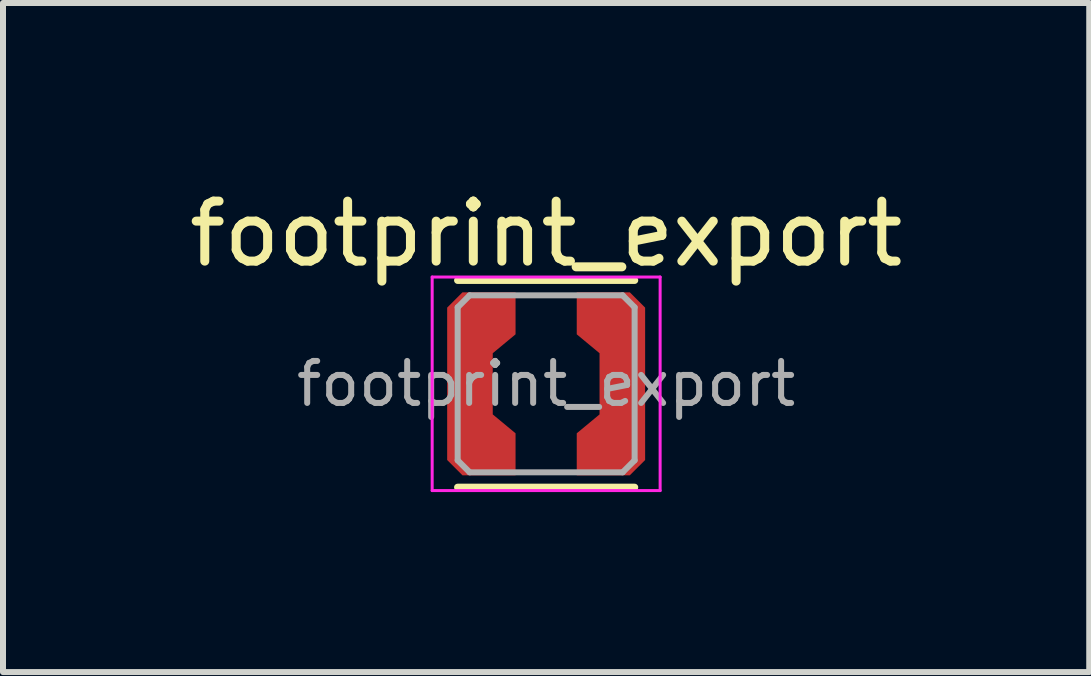
<source format=kicad_pcb>
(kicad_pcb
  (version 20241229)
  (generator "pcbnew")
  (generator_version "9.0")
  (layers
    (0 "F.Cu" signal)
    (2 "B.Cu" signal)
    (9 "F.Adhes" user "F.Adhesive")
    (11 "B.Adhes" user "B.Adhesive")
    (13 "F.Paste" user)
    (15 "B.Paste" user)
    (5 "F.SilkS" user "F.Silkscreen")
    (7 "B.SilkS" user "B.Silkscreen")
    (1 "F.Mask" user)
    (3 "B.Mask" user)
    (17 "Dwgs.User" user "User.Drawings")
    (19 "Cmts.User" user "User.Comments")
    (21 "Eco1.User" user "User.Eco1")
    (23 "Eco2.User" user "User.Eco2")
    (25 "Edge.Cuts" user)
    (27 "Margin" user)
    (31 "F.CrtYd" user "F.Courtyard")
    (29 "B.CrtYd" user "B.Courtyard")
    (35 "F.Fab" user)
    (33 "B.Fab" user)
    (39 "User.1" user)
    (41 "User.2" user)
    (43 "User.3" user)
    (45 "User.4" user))
  (footprint "footprint_export"
    (layer "F.Cu")
    (at 6.054 3.348)
    (property "Reference" "footprint_export" (at 0 -2.5 0) (layer "F.SilkS") (effects (font (size 1 1) (thickness 0.15))))
    (attr smd)
    (fp_line (start -1.475 -1.725) (end 1.475 -1.725) (stroke (width 0.12) (type solid)) (layer "F.SilkS"))
    (fp_line (start -1.475 1.725) (end 1.475 1.725) (stroke (width 0.12) (type solid)) (layer "F.SilkS"))
    (fp_line (start -1.9 -1.78) (end 1.9 -1.78) (stroke (width 0.05) (type solid)) (layer "F.CrtYd"))
    (fp_line (start -1.9 1.78) (end -1.9 -1.78) (stroke (width 0.05) (type solid)) (layer "F.CrtYd"))
    (fp_line (start 1.9 -1.78) (end 1.9 1.78) (stroke (width 0.05) (type solid)) (layer "F.CrtYd"))
    (fp_line (start 1.9 1.78) (end -1.9 1.78) (stroke (width 0.05) (type solid)) (layer "F.CrtYd"))
    (fp_line (start -1.475 -1.275) (end -1.275 -1.475) (stroke (width 0.1) (type solid)) (layer "F.Fab"))
    (fp_line (start -1.475 1.275) (end -1.475 -1.275) (stroke (width 0.1) (type solid)) (layer "F.Fab"))
    (fp_line (start -1.475 1.275) (end -1.275 1.475) (stroke (width 0.1) (type solid)) (layer "F.Fab"))
    (fp_line (start -1.275 -1.475) (end 1.275 -1.475) (stroke (width 0.1) (type solid)) (layer "F.Fab"))
    (fp_line (start 1.275 -1.475) (end 1.475 -1.275) (stroke (width 0.1) (type solid)) (layer "F.Fab"))
    (fp_line (start 1.275 1.475) (end -1.275 1.475) (stroke (width 0.1) (type solid)) (layer "F.Fab"))
    (fp_line (start 1.475 -1.275) (end 1.475 1.275) (stroke (width 0.1) (type solid)) (layer "F.Fab"))
    (fp_line (start 1.475 1.275) (end 1.275 1.475) (stroke (width 0.1) (type solid)) (layer "F.Fab"))
    (fp_text user "${REFERENCE}" (at 0 0 0) (layer "F.Fab") (effects (font (size 0.7 0.7) (thickness 0.1))))
    (pad "1" smd custom (at -1.27 0) (size 0.76 2.54) (layers "F.Cu" "F.Mask" "F.Paste") (options (anchor rect)) (primitives (gr_poly (pts (xy 0.76 -0.825) (xy 0.38 -0.51) (xy 0.38 0.51) (xy 0.76 0.825) (xy 0.76 1.525) (xy -0.125 1.525) (xy -0.38 1.27) (xy -0.38 -1.27) (xy -0.125 -1.525) (xy 0.76 -1.525)) (width 0) (fill yes))))
    (pad "2" smd custom (at 1.27 0 180) (size 0.76 2.54) (layers "F.Cu" "F.Mask" "F.Paste") (options (anchor rect)) (primitives (gr_poly (pts (xy 0.76 -0.825) (xy 0.38 -0.51) (xy 0.38 0.51) (xy 0.76 0.825) (xy 0.76 1.525) (xy -0.125 1.525) (xy -0.38 1.27) (xy -0.38 -1.27) (xy -0.125 -1.525) (xy 0.76 -1.525)) (width 0) (fill yes)))))
  (gr_rect
    (start -3 -3)
    (end 15.107 8.153)
    (stroke (width 0.1) (type default))
    (fill no)
    (layer "Edge.Cuts")))
</source>
